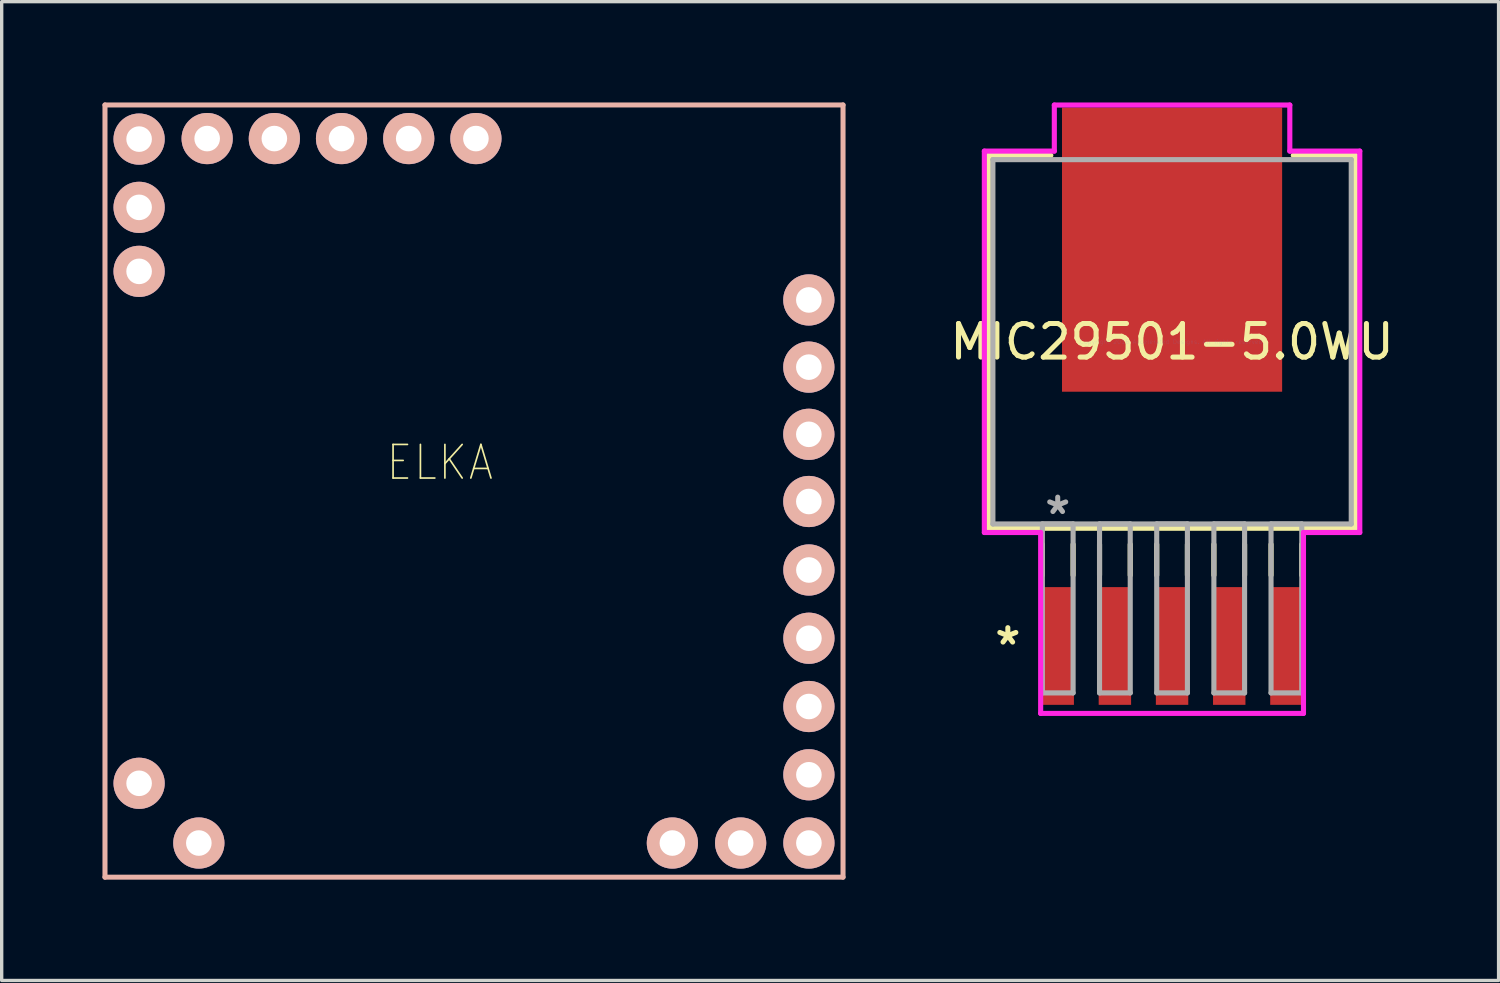
<source format=kicad_pcb>
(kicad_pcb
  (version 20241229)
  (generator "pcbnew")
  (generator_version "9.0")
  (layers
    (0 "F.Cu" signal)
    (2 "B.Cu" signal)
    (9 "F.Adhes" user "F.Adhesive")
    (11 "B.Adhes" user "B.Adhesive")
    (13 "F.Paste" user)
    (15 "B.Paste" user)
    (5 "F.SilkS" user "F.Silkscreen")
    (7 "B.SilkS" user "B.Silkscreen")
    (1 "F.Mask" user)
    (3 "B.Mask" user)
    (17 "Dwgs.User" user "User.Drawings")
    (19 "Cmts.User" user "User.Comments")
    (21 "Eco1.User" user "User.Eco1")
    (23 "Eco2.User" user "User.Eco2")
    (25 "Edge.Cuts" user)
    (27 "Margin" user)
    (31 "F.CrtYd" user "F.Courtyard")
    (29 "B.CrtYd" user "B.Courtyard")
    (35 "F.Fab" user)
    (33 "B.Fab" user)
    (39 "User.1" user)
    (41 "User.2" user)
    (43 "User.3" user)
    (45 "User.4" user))
  (footprint "MIC29501-5.0WU"
    (layer "F.Cu")
    (at 31.841 7.125)
    (property "Reference" "MIC29501-5.0WU" (at 0 0 0) (layer "F.SilkS") (effects (font (size 1 1) (thickness 0.15))))
    (attr through_hole)
    (fp_line (start -5.461 -5.55) (end -5.461 5.55) (stroke (width 0.152) (type solid)) (layer "F.SilkS"))
    (fp_line (start -5.461 5.55) (end 5.461 5.55) (stroke (width 0.152) (type solid)) (layer "F.SilkS"))
    (fp_line (start -3.861 6.032) (end -3.861 6.947) (stroke (width 0.152) (type solid)) (layer "F.SilkS"))
    (fp_line (start -3.609 -5.55) (end -5.461 -5.55) (stroke (width 0.152) (type solid)) (layer "F.SilkS"))
    (fp_line (start -2.946 6.032) (end -2.946 6.947) (stroke (width 0.152) (type solid)) (layer "F.SilkS"))
    (fp_line (start -2.159 6.032) (end -2.159 6.947) (stroke (width 0.152) (type solid)) (layer "F.SilkS"))
    (fp_line (start -1.245 6.032) (end -1.245 6.947) (stroke (width 0.152) (type solid)) (layer "F.SilkS"))
    (fp_line (start -0.457 6.032) (end -0.457 6.947) (stroke (width 0.152) (type solid)) (layer "F.SilkS"))
    (fp_line (start 0.457 6.032) (end 0.457 6.947) (stroke (width 0.152) (type solid)) (layer "F.SilkS"))
    (fp_line (start 1.245 6.032) (end 1.245 6.947) (stroke (width 0.152) (type solid)) (layer "F.SilkS"))
    (fp_line (start 2.159 6.032) (end 2.159 6.947) (stroke (width 0.152) (type solid)) (layer "F.SilkS"))
    (fp_line (start 2.946 6.032) (end 2.946 6.947) (stroke (width 0.152) (type solid)) (layer "F.SilkS"))
    (fp_line (start 3.861 6.032) (end 3.861 6.947) (stroke (width 0.152) (type solid)) (layer "F.SilkS"))
    (fp_line (start 5.461 -5.55) (end 3.609 -5.55) (stroke (width 0.152) (type solid)) (layer "F.SilkS"))
    (fp_line (start 5.461 5.55) (end 5.461 -5.55) (stroke (width 0.152) (type solid)) (layer "F.SilkS"))
    (fp_line (start -5.588 -5.677) (end -3.505 -5.677) (stroke (width 0.152) (type solid)) (layer "F.CrtYd"))
    (fp_line (start -5.588 5.677) (end -5.588 -5.677) (stroke (width 0.152) (type solid)) (layer "F.CrtYd"))
    (fp_line (start -3.912 5.677) (end -5.588 5.677) (stroke (width 0.152) (type solid)) (layer "F.CrtYd"))
    (fp_line (start -3.912 11.062) (end -3.912 5.677) (stroke (width 0.152) (type solid)) (layer "F.CrtYd"))
    (fp_line (start -3.505 -7.048) (end 3.505 -7.048) (stroke (width 0.152) (type solid)) (layer "F.CrtYd"))
    (fp_line (start -3.505 -5.677) (end -3.505 -7.048) (stroke (width 0.152) (type solid)) (layer "F.CrtYd"))
    (fp_line (start 3.505 -7.048) (end 3.505 -5.677) (stroke (width 0.152) (type solid)) (layer "F.CrtYd"))
    (fp_line (start 3.505 -5.677) (end 5.588 -5.677) (stroke (width 0.152) (type solid)) (layer "F.CrtYd"))
    (fp_line (start 3.912 5.677) (end 3.912 11.062) (stroke (width 0.152) (type solid)) (layer "F.CrtYd"))
    (fp_line (start 3.912 11.062) (end -3.912 11.062) (stroke (width 0.152) (type solid)) (layer "F.CrtYd"))
    (fp_line (start 5.588 -5.677) (end 5.588 5.677) (stroke (width 0.152) (type solid)) (layer "F.CrtYd"))
    (fp_line (start 5.588 5.677) (end 3.912 5.677) (stroke (width 0.152) (type solid)) (layer "F.CrtYd"))
    (fp_line (start -5.334 -5.423) (end -5.334 5.423) (stroke (width 0.152) (type solid)) (layer "F.Fab"))
    (fp_line (start -5.334 5.423) (end 5.334 5.423) (stroke (width 0.152) (type solid)) (layer "F.Fab"))
    (fp_line (start -3.861 5.423) (end -3.861 10.452) (stroke (width 0.152) (type solid)) (layer "F.Fab"))
    (fp_line (start -3.861 10.452) (end -2.946 10.452) (stroke (width 0.152) (type solid)) (layer "F.Fab"))
    (fp_line (start -2.946 5.423) (end -3.861 5.423) (stroke (width 0.152) (type solid)) (layer "F.Fab"))
    (fp_line (start -2.946 10.452) (end -2.946 5.423) (stroke (width 0.152) (type solid)) (layer "F.Fab"))
    (fp_line (start -2.159 5.423) (end -2.159 10.452) (stroke (width 0.152) (type solid)) (layer "F.Fab"))
    (fp_line (start -2.159 10.452) (end -1.245 10.452) (stroke (width 0.152) (type solid)) (layer "F.Fab"))
    (fp_line (start -1.245 5.423) (end -2.159 5.423) (stroke (width 0.152) (type solid)) (layer "F.Fab"))
    (fp_line (start -1.245 10.452) (end -1.245 5.423) (stroke (width 0.152) (type solid)) (layer "F.Fab"))
    (fp_line (start -0.457 5.423) (end -0.457 10.452) (stroke (width 0.152) (type solid)) (layer "F.Fab"))
    (fp_line (start -0.457 10.452) (end 0.457 10.452) (stroke (width 0.152) (type solid)) (layer "F.Fab"))
    (fp_line (start 0.457 5.423) (end -0.457 5.423) (stroke (width 0.152) (type solid)) (layer "F.Fab"))
    (fp_line (start 0.457 10.452) (end 0.457 5.423) (stroke (width 0.152) (type solid)) (layer "F.Fab"))
    (fp_line (start 1.245 5.423) (end 1.245 10.452) (stroke (width 0.152) (type solid)) (layer "F.Fab"))
    (fp_line (start 1.245 10.452) (end 2.159 10.452) (stroke (width 0.152) (type solid)) (layer "F.Fab"))
    (fp_line (start 2.159 5.423) (end 1.245 5.423) (stroke (width 0.152) (type solid)) (layer "F.Fab"))
    (fp_line (start 2.159 10.452) (end 2.159 5.423) (stroke (width 0.152) (type solid)) (layer "F.Fab"))
    (fp_line (start 2.946 5.423) (end 2.946 10.452) (stroke (width 0.152) (type solid)) (layer "F.Fab"))
    (fp_line (start 2.946 10.452) (end 3.861 10.452) (stroke (width 0.152) (type solid)) (layer "F.Fab"))
    (fp_line (start 3.861 5.423) (end 2.946 5.423) (stroke (width 0.152) (type solid)) (layer "F.Fab"))
    (fp_line (start 3.861 10.452) (end 3.861 5.423) (stroke (width 0.152) (type solid)) (layer "F.Fab"))
    (fp_line (start 5.334 -5.423) (end -5.334 -5.423) (stroke (width 0.152) (type solid)) (layer "F.Fab"))
    (fp_line (start 5.334 5.423) (end 5.334 -5.423) (stroke (width 0.152) (type solid)) (layer "F.Fab"))
    (fp_text user "*" (at -4.889 9.055 0) (layer "F.SilkS") (effects (font (size 1 1) (thickness 0.15))))
    (fp_text user "Copyright 2016 Accelerated Designs. All rights reserved." (at 0 0 0) (layer "Cmts.User") (effects (font (size 0.127 0.127) (thickness 0.002))))
    (fp_text user "*" (at -3.404 5.169 0) (layer "F.Fab") (effects (font (size 1 1) (thickness 0.15))))
    (pad "1" smd rect (at -3.404 9.055) (size 0.965 3.505) (layers "F.Cu" "F.Mask" "F.Paste"))
    (pad "2" smd rect (at -1.702 9.055) (size 0.965 3.505) (layers "F.Cu" "F.Mask" "F.Paste"))
    (pad "3" smd rect (at 0 9.055) (size 0.965 3.505) (layers "F.Cu" "F.Mask" "F.Paste"))
    (pad "4" smd rect (at 1.702 9.055) (size 0.965 3.505) (layers "F.Cu" "F.Mask" "F.Paste"))
    (pad "5" smd rect (at 3.404 9.055) (size 0.965 3.505) (layers "F.Cu" "F.Mask" "F.Paste"))
    (pad "6" smd rect (at 0 -2.743) (size 6.553 8.458) (layers "F.Cu" "F.Mask" "F.Paste")))
  (footprint "ELKA"
    (layer "F.Cu")
    (at 10.286 12.064)
    (property "Reference" "ELKA" (at -0.242 -1.344 180) (layer "F.SilkS") (effects (font (size 1 0.9) (thickness 0.05))))
    (attr through_hole)
    (fp_line (start -10.211 -11.989) (end 11.76 -11.989) (stroke (width 0.15) (type solid)) (layer "B.SilkS"))
    (fp_line (start -10.211 10.998) (end -10.211 -11.989) (stroke (width 0.15) (type solid)) (layer "B.SilkS"))
    (fp_line (start 11.76 -11.989) (end 11.76 10.998) (stroke (width 0.15) (type solid)) (layer "B.SilkS"))
    (fp_line (start 11.76 10.998) (end -10.211 10.998) (stroke (width 0.15) (type solid)) (layer "B.SilkS"))
    (pad "1" thru_hole circle (at -9.195 -7.036 270) (size 1.524 1.524) (drill 0.762) (layers "*.Cu" "*.Mask" "B.SilkS"))
    (pad "2" thru_hole circle (at -9.195 -8.941 270) (size 1.524 1.524) (drill 0.762) (layers "*.Cu" "*.Mask" "B.SilkS"))
    (pad "3" thru_hole circle (at -9.195 -10.973 270) (size 1.524 1.524) (drill 0.762) (layers "*.Cu" "*.Mask" "B.SilkS"))
    (pad "4" thru_hole circle (at -7.169 -10.989 270) (size 1.524 1.524) (drill 0.762) (layers "*.Cu" "*.Mask" "B.SilkS"))
    (pad "5" thru_hole circle (at -5.169 -10.989 270) (size 1.524 1.524) (drill 0.762) (layers "*.Cu" "*.Mask" "B.SilkS"))
    (pad "6" thru_hole circle (at -3.169 -10.989 270) (size 1.524 1.524) (drill 0.762) (layers "*.Cu" "*.Mask" "B.SilkS"))
    (pad "7" thru_hole circle (at -1.169 -10.989 270) (size 1.524 1.524) (drill 0.762) (layers "*.Cu" "*.Mask" "B.SilkS"))
    (pad "8" thru_hole circle (at 0.831 -10.989 270) (size 1.524 1.524) (drill 0.762) (layers "*.Cu" "*.Mask" "B.SilkS"))
    (pad "9" thru_hole circle (at 8.712 9.982 270) (size 1.524 1.524) (drill 0.762) (layers "*.Cu" "*.Mask" "B.SilkS"))
    (pad "10" thru_hole circle (at 6.68 9.982 270) (size 1.524 1.524) (drill 0.762) (layers "*.Cu" "*.Mask" "B.SilkS"))
    (pad "11" thru_hole circle (at -9.195 8.204 270) (size 1.524 1.524) (drill 0.762) (layers "*.Cu" "*.Mask" "B.SilkS"))
    (pad "12" thru_hole circle (at -7.417 9.982) (size 1.524 1.524) (drill 0.762) (layers "*.Cu" "*.Mask" "B.SilkS"))
    (pad "A" thru_hole circle (at 10.742 -6.185) (size 1.524 1.524) (drill 0.762) (layers "*.Cu" "*.Mask" "B.SilkS"))
    (pad "B" thru_hole circle (at 10.742 -4.185) (size 1.524 1.524) (drill 0.762) (layers "*.Cu" "*.Mask" "B.SilkS"))
    (pad "C" thru_hole circle (at 10.742 -2.185) (size 1.524 1.524) (drill 0.762) (layers "*.Cu" "*.Mask" "B.SilkS"))
    (pad "D" thru_hole circle (at 10.742 -0.185) (size 1.524 1.524) (drill 0.762) (layers "*.Cu" "*.Mask" "B.SilkS"))
    (pad "E" thru_hole circle (at 10.744 1.854 270) (size 1.524 1.524) (drill 0.762) (layers "*.Cu" "*.Mask" "B.SilkS"))
    (pad "F" thru_hole circle (at 10.744 3.886 270) (size 1.524 1.524) (drill 0.762) (layers "*.Cu" "*.Mask" "B.SilkS"))
    (pad "G" thru_hole circle (at 10.744 5.918 270) (size 1.524 1.524) (drill 0.762) (layers "*.Cu" "*.Mask" "B.SilkS"))
    (pad "H" thru_hole circle (at 10.744 7.95 270) (size 1.524 1.524) (drill 0.762) (layers "*.Cu" "*.Mask" "B.SilkS"))
    (pad "I" thru_hole circle (at 10.744 9.982 270) (size 1.524 1.524) (drill 0.762) (layers "*.Cu" "*.Mask" "B.SilkS")))
  (gr_rect
    (start -3 -3)
    (end 41.561 26.137)
    (stroke (width 0.1) (type default))
    (fill no)
    (layer "Edge.Cuts")))
</source>
